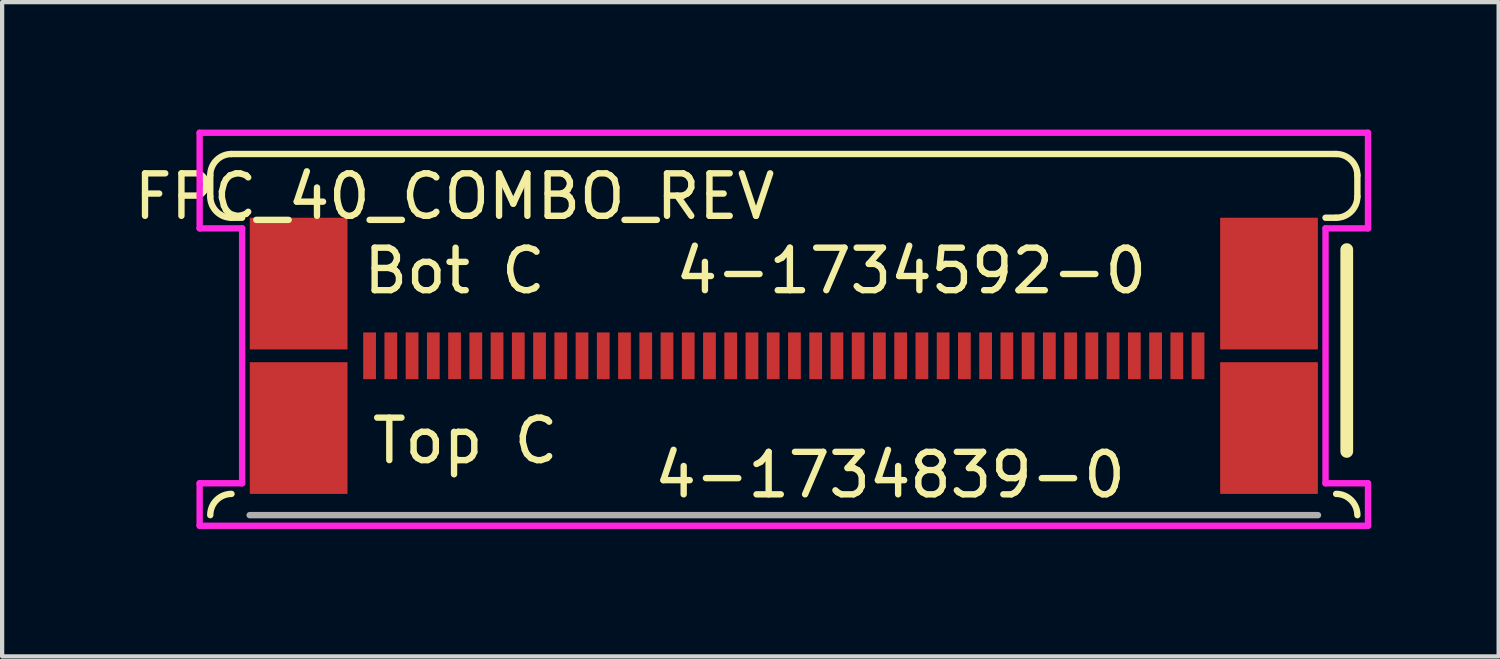
<source format=kicad_pcb>
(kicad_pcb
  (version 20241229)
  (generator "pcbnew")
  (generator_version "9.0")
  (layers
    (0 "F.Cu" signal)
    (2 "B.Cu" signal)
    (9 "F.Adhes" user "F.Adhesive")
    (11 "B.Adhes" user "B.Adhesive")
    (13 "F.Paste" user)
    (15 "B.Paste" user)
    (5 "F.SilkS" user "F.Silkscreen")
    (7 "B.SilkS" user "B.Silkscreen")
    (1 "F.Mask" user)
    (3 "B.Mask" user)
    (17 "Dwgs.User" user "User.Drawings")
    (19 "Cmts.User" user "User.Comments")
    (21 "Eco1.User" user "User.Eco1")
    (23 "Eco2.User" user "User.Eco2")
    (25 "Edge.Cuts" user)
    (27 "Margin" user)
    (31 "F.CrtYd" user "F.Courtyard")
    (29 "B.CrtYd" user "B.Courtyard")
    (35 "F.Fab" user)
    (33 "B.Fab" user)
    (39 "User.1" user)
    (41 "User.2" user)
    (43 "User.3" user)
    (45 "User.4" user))
  (footprint "FPC_40_COMBO_REV"
    (layer "F.Cu")
    (at 15.399 5.325)
    (property "Reference" "FPC_40_COMBO_REV" (at -7.75 -3.75 0) (layer "F.SilkS") (effects (font (size 1 1) (thickness 0.15))))
    (attr through_hole)
    (fp_line (start -13.5 -4.25) (end -13.5 -3.75) (stroke (width 0.15) (type solid)) (layer "F.SilkS"))
    (fp_line (start -13 -3.25) (end -12.75 -3.25) (stroke (width 0.15) (type solid)) (layer "F.SilkS"))
    (fp_line (start 13 -4.75) (end -13 -4.75) (stroke (width 0.15) (type solid)) (layer "F.SilkS"))
    (fp_line (start 13 -3.25) (end 12.75 -3.25) (stroke (width 0.15) (type solid)) (layer "F.SilkS"))
    (fp_line (start 13.25 -2.5) (end 13.25 2.25) (stroke (width 0.3) (type solid)) (layer "F.SilkS"))
    (fp_line (start 13.5 -4.25) (end 13.5 -3.75) (stroke (width 0.15) (type solid)) (layer "F.SilkS"))
    (fp_arc (start -13.5 -4.25) (mid -13.353553 -4.603553) (end -13 -4.75) (stroke (width 0.15) (type solid)) (layer "F.SilkS"))
    (fp_arc (start -13.5 3.75) (mid -13.353553 3.396447) (end -13 3.25) (stroke (width 0.15) (type solid)) (layer "F.SilkS"))
    (fp_arc (start -13 -3.25) (mid -13.353553 -3.396447) (end -13.5 -3.75) (stroke (width 0.15) (type solid)) (layer "F.SilkS"))
    (fp_arc (start 13 -4.75) (mid 13.353553 -4.603553) (end 13.5 -4.25) (stroke (width 0.15) (type solid)) (layer "F.SilkS"))
    (fp_arc (start 13 3.25) (mid 13.353553 3.396447) (end 13.5 3.75) (stroke (width 0.15) (type solid)) (layer "F.SilkS"))
    (fp_arc (start 13.5 -3.75) (mid 13.353553 -3.396447) (end 13 -3.25) (stroke (width 0.15) (type solid)) (layer "F.SilkS"))
    (fp_line (start -13.75 -5.25) (end 13.75 -5.25) (stroke (width 0.15) (type solid)) (layer "F.CrtYd"))
    (fp_line (start -13.75 -3) (end -13.75 -5.25) (stroke (width 0.15) (type solid)) (layer "F.CrtYd"))
    (fp_line (start -13.75 3) (end -12.75 3) (stroke (width 0.15) (type solid)) (layer "F.CrtYd"))
    (fp_line (start -13.75 4) (end -13.75 3) (stroke (width 0.15) (type solid)) (layer "F.CrtYd"))
    (fp_line (start -12.75 -3) (end -13.75 -3) (stroke (width 0.15) (type solid)) (layer "F.CrtYd"))
    (fp_line (start -12.75 3) (end -12.75 -3) (stroke (width 0.15) (type solid)) (layer "F.CrtYd"))
    (fp_line (start 12.75 -3) (end 12.75 3) (stroke (width 0.15) (type solid)) (layer "F.CrtYd"))
    (fp_line (start 12.75 3) (end 13.75 3) (stroke (width 0.15) (type solid)) (layer "F.CrtYd"))
    (fp_line (start 13.75 -5.25) (end 13.75 -3) (stroke (width 0.15) (type solid)) (layer "F.CrtYd"))
    (fp_line (start 13.75 -3) (end 12.75 -3) (stroke (width 0.15) (type solid)) (layer "F.CrtYd"))
    (fp_line (start 13.75 3) (end 13.75 4) (stroke (width 0.15) (type solid)) (layer "F.CrtYd"))
    (fp_line (start 13.75 4) (end -13.75 4) (stroke (width 0.15) (type solid)) (layer "F.CrtYd"))
    (fp_line (start -12.573 3.75) (end 12.573 3.75) (stroke (width 0.15) (type solid)) (layer "F.Fab"))
    (fp_text user "Bot C" (at -7.75 -2 0) (layer "F.SilkS") (effects (font (size 1 1) (thickness 0.15))))
    (fp_text user "Top C" (at -7.5 2 0) (layer "F.SilkS") (effects (font (size 1 1) (thickness 0.15))))
    (fp_text user "4-1734592-0" (at 3 -2 0) (layer "F.SilkS") (effects (font (size 1 1) (thickness 0.15))))
    (fp_text user "\n4-1734839-0" (at 2.5 2 0) (layer "F.SilkS") (effects (font (size 1 1) (thickness 0.15))))
    (pad "1" smd rect (at 9.75 0) (size 0.3 1.1) (layers "F.Cu" "F.Mask" "F.Paste"))
    (pad "2" smd rect (at 9.25 0) (size 0.3 1.1) (layers "F.Cu" "F.Mask" "F.Paste"))
    (pad "3" smd rect (at 8.75 0) (size 0.3 1.1) (layers "F.Cu" "F.Mask" "F.Paste"))
    (pad "4" smd rect (at 8.25 0) (size 0.3 1.1) (layers "F.Cu" "F.Mask" "F.Paste"))
    (pad "5" smd rect (at 7.75 0) (size 0.3 1.1) (layers "F.Cu" "F.Mask" "F.Paste"))
    (pad "6" smd rect (at 7.25 0) (size 0.3 1.1) (layers "F.Cu" "F.Mask" "F.Paste"))
    (pad "7" smd rect (at 6.75 0) (size 0.3 1.1) (layers "F.Cu" "F.Mask" "F.Paste"))
    (pad "8" smd rect (at 6.25 0) (size 0.3 1.1) (layers "F.Cu" "F.Mask" "F.Paste"))
    (pad "9" smd rect (at 5.75 0) (size 0.3 1.1) (layers "F.Cu" "F.Mask" "F.Paste"))
    (pad "10" smd rect (at 5.25 0) (size 0.3 1.1) (layers "F.Cu" "F.Mask" "F.Paste"))
    (pad "11" smd rect (at 4.75 0) (size 0.3 1.1) (layers "F.Cu" "F.Mask" "F.Paste"))
    (pad "12" smd rect (at 4.25 0) (size 0.3 1.1) (layers "F.Cu" "F.Mask" "F.Paste"))
    (pad "13" smd rect (at 3.75 0) (size 0.3 1.1) (layers "F.Cu" "F.Mask" "F.Paste"))
    (pad "14" smd rect (at 3.25 0) (size 0.3 1.1) (layers "F.Cu" "F.Mask" "F.Paste"))
    (pad "15" smd rect (at 2.75 0) (size 0.3 1.1) (layers "F.Cu" "F.Mask" "F.Paste"))
    (pad "16" smd rect (at 2.25 0) (size 0.3 1.1) (layers "F.Cu" "F.Mask" "F.Paste"))
    (pad "17" smd rect (at 1.75 0) (size 0.3 1.1) (layers "F.Cu" "F.Mask" "F.Paste"))
    (pad "18" smd rect (at 1.25 0) (size 0.3 1.1) (layers "F.Cu" "F.Mask" "F.Paste"))
    (pad "19" smd rect (at 0.75 0) (size 0.3 1.1) (layers "F.Cu" "F.Mask" "F.Paste"))
    (pad "20" smd rect (at 0.25 0) (size 0.3 1.1) (layers "F.Cu" "F.Mask" "F.Paste"))
    (pad "21" smd rect (at -0.25 0) (size 0.3 1.1) (layers "F.Cu" "F.Mask" "F.Paste"))
    (pad "22" smd rect (at -0.75 0) (size 0.3 1.1) (layers "F.Cu" "F.Mask" "F.Paste"))
    (pad "23" smd rect (at -1.25 0) (size 0.3 1.1) (layers "F.Cu" "F.Mask" "F.Paste"))
    (pad "24" smd rect (at -1.75 0) (size 0.3 1.1) (layers "F.Cu" "F.Mask" "F.Paste"))
    (pad "25" smd rect (at -2.25 0) (size 0.3 1.1) (layers "F.Cu" "F.Mask" "F.Paste"))
    (pad "26" smd rect (at -2.75 0) (size 0.3 1.1) (layers "F.Cu" "F.Mask" "F.Paste"))
    (pad "27" smd rect (at -3.25 0) (size 0.3 1.1) (layers "F.Cu" "F.Mask" "F.Paste"))
    (pad "28" smd rect (at -3.75 0) (size 0.3 1.1) (layers "F.Cu" "F.Mask" "F.Paste"))
    (pad "29" smd rect (at -4.25 0) (size 0.3 1.1) (layers "F.Cu" "F.Mask" "F.Paste"))
    (pad "30" smd rect (at -4.75 0) (size 0.3 1.1) (layers "F.Cu" "F.Mask" "F.Paste"))
    (pad "31" smd rect (at -5.25 0) (size 0.3 1.1) (layers "F.Cu" "F.Mask" "F.Paste"))
    (pad "32" smd rect (at -5.75 0) (size 0.3 1.1) (layers "F.Cu" "F.Mask" "F.Paste"))
    (pad "33" smd rect (at -6.25 0) (size 0.3 1.1) (layers "F.Cu" "F.Mask" "F.Paste"))
    (pad "34" smd rect (at -6.75 0) (size 0.3 1.1) (layers "F.Cu" "F.Mask" "F.Paste"))
    (pad "35" smd rect (at -7.25 0) (size 0.3 1.1) (layers "F.Cu" "F.Mask" "F.Paste"))
    (pad "36" smd rect (at -7.75 0) (size 0.3 1.1) (layers "F.Cu" "F.Mask" "F.Paste"))
    (pad "37" smd rect (at -8.25 0) (size 0.3 1.1) (layers "F.Cu" "F.Mask" "F.Paste"))
    (pad "38" smd rect (at -8.75 0) (size 0.3 1.1) (layers "F.Cu" "F.Mask" "F.Paste"))
    (pad "39" smd rect (at -9.25 0) (size 0.3 1.1) (layers "F.Cu" "F.Mask" "F.Paste"))
    (pad "40" smd rect (at -9.75 0) (size 0.3 1.1) (layers "F.Cu" "F.Mask" "F.Paste"))
    (pad "G1" smd rect (at 11.42 1.7) (size 2.3 3.1) (layers "F.Cu" "F.Mask" "F.Paste"))
    (pad "G2" smd rect (at -11.42 1.7) (size 2.3 3.1) (layers "F.Cu" "F.Mask" "F.Paste"))
    (pad "G3" smd rect (at -11.42 -1.7) (size 2.3 3.1) (layers "F.Cu" "F.Mask" "F.Paste"))
    (pad "G4" smd rect (at 11.42 -1.7) (size 2.3 3.1) (layers "F.Cu" "F.Mask" "F.Paste")))
  (gr_rect
    (start -3 -3)
    (end 32.224 12.4)
    (stroke (width 0.1) (type default))
    (fill no)
    (layer "Edge.Cuts")))
</source>
